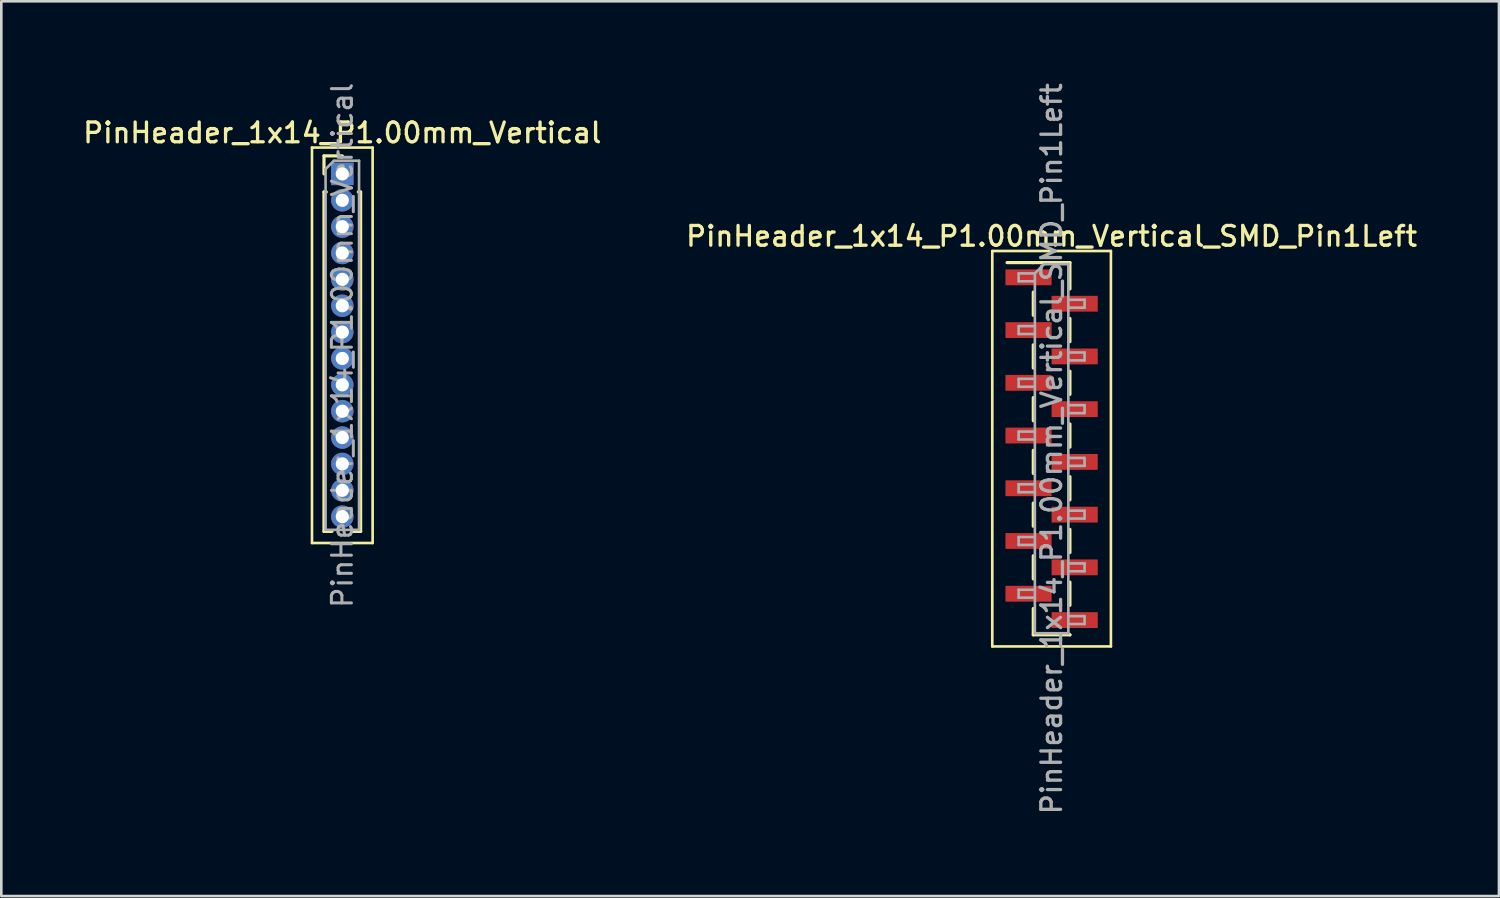
<source format=kicad_pcb>
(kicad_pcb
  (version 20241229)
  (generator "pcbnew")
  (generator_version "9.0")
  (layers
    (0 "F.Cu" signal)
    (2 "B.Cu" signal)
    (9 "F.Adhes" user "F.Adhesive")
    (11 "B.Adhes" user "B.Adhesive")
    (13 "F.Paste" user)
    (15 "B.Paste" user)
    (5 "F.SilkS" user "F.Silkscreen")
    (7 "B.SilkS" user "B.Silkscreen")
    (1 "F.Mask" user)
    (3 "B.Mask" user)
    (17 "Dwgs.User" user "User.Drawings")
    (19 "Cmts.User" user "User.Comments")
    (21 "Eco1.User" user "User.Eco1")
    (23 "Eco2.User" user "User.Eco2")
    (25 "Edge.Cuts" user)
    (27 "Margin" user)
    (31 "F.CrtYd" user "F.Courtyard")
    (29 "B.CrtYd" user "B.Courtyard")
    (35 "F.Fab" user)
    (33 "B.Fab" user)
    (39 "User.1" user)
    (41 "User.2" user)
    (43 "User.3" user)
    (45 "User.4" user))
  (footprint "PinHeader_1x14_P1.00mm_Vertical"
    (layer "F.Cu")
    (at 9.934 3.547)
    (property "Reference" "PinHeader_1x14_P1.00mm_Vertical" (at 0 -1.56 0) (layer "F.SilkS") (effects (font (size 0.75 0.75) (thickness 0.125))))
    (attr through_hole)
    (fp_line (start -1.15 -1) (end -1.15 14) (stroke (width 0.1) (type solid)) (layer "F.SilkS"))
    (fp_line (start -1.15 14) (end 1.15 14) (stroke (width 0.1) (type solid)) (layer "F.SilkS"))
    (fp_line (start -0.695 -0.685) (end 0 -0.685) (stroke (width 0.12) (type solid)) (layer "F.SilkS"))
    (fp_line (start -0.695 0) (end -0.695 -0.685) (stroke (width 0.12) (type solid)) (layer "F.SilkS"))
    (fp_line (start -0.695 0.685) (end -0.695 13.56) (stroke (width 0.12) (type solid)) (layer "F.SilkS"))
    (fp_line (start -0.695 0.685) (end -0.608 0.685) (stroke (width 0.12) (type solid)) (layer "F.SilkS"))
    (fp_line (start -0.695 13.56) (end -0.394 13.56) (stroke (width 0.12) (type solid)) (layer "F.SilkS"))
    (fp_line (start 0.394 13.56) (end 0.695 13.56) (stroke (width 0.12) (type solid)) (layer "F.SilkS"))
    (fp_line (start 0.608 0.685) (end 0.695 0.685) (stroke (width 0.12) (type solid)) (layer "F.SilkS"))
    (fp_line (start 0.695 0.685) (end 0.695 13.56) (stroke (width 0.12) (type solid)) (layer "F.SilkS"))
    (fp_line (start 1.15 -1) (end -1.15 -1) (stroke (width 0.1) (type solid)) (layer "F.SilkS"))
    (fp_line (start 1.15 14) (end 1.15 -1) (stroke (width 0.1) (type solid)) (layer "F.SilkS"))
    (fp_line (start -0.635 -0.182) (end -0.318 -0.5) (stroke (width 0.1) (type solid)) (layer "F.Fab"))
    (fp_line (start -0.635 13.5) (end -0.635 -0.182) (stroke (width 0.1) (type solid)) (layer "F.Fab"))
    (fp_line (start -0.318 -0.5) (end 0.635 -0.5) (stroke (width 0.1) (type solid)) (layer "F.Fab"))
    (fp_line (start 0.635 -0.5) (end 0.635 13.5) (stroke (width 0.1) (type solid)) (layer "F.Fab"))
    (fp_line (start 0.635 13.5) (end -0.635 13.5) (stroke (width 0.1) (type solid)) (layer "F.Fab"))
    (fp_text user "${REFERENCE}" (at 0 6.5 90) (layer "F.Fab") (effects (font (size 0.76 0.76) (thickness 0.114))))
    (pad "1" thru_hole rect (at 0 0) (size 0.85 0.85) (drill 0.5) (layers "*.Cu" "*.Mask"))
    (pad "2" thru_hole oval (at 0 1) (size 0.85 0.85) (drill 0.5) (layers "*.Cu" "*.Mask"))
    (pad "3" thru_hole oval (at 0 2) (size 0.85 0.85) (drill 0.5) (layers "*.Cu" "*.Mask"))
    (pad "4" thru_hole oval (at 0 3) (size 0.85 0.85) (drill 0.5) (layers "*.Cu" "*.Mask"))
    (pad "5" thru_hole oval (at 0 4) (size 0.85 0.85) (drill 0.5) (layers "*.Cu" "*.Mask"))
    (pad "6" thru_hole oval (at 0 5) (size 0.85 0.85) (drill 0.5) (layers "*.Cu" "*.Mask"))
    (pad "7" thru_hole oval (at 0 6) (size 0.85 0.85) (drill 0.5) (layers "*.Cu" "*.Mask"))
    (pad "8" thru_hole oval (at 0 7) (size 0.85 0.85) (drill 0.5) (layers "*.Cu" "*.Mask"))
    (pad "9" thru_hole oval (at 0 8) (size 0.85 0.85) (drill 0.5) (layers "*.Cu" "*.Mask"))
    (pad "10" thru_hole oval (at 0 9) (size 0.85 0.85) (drill 0.5) (layers "*.Cu" "*.Mask"))
    (pad "11" thru_hole oval (at 0 10) (size 0.85 0.85) (drill 0.5) (layers "*.Cu" "*.Mask"))
    (pad "12" thru_hole oval (at 0 11) (size 0.85 0.85) (drill 0.5) (layers "*.Cu" "*.Mask"))
    (pad "13" thru_hole oval (at 0 12) (size 0.85 0.85) (drill 0.5) (layers "*.Cu" "*.Mask"))
    (pad "14" thru_hole oval (at 0 13) (size 0.85 0.85) (drill 0.5) (layers "*.Cu" "*.Mask")))
  (footprint "PinHeader_1x14_P1.00mm_Vertical_SMD_Pin1Left"
    (layer "F.Cu")
    (at 36.838 13.97)
    (property "Reference" "PinHeader_1x14_P1.00mm_Vertical_SMD_Pin1Left" (at 0 -8.06 0) (layer "F.SilkS") (effects (font (size 0.75 0.75) (thickness 0.125))))
    (attr smd)
    (fp_line (start -2.25 -7.5) (end -2.25 7.5) (stroke (width 0.1) (type solid)) (layer "F.SilkS"))
    (fp_line (start -2.25 7.5) (end 2.25 7.5) (stroke (width 0.1) (type solid)) (layer "F.SilkS"))
    (fp_line (start -0.695 -7.06) (end -1.69 -7.06) (stroke (width 0.12) (type solid)) (layer "F.SilkS"))
    (fp_line (start -0.695 -7.06) (end -0.695 -7.06) (stroke (width 0.12) (type solid)) (layer "F.SilkS"))
    (fp_line (start -0.695 -7.06) (end 0.695 -7.06) (stroke (width 0.12) (type solid)) (layer "F.SilkS"))
    (fp_line (start -0.695 -5.94) (end -0.695 -5.06) (stroke (width 0.12) (type solid)) (layer "F.SilkS"))
    (fp_line (start -0.695 -3.94) (end -0.695 -3.06) (stroke (width 0.12) (type solid)) (layer "F.SilkS"))
    (fp_line (start -0.695 -1.94) (end -0.695 -1.06) (stroke (width 0.12) (type solid)) (layer "F.SilkS"))
    (fp_line (start -0.695 0.06) (end -0.695 0.94) (stroke (width 0.12) (type solid)) (layer "F.SilkS"))
    (fp_line (start -0.695 2.06) (end -0.695 2.94) (stroke (width 0.12) (type solid)) (layer "F.SilkS"))
    (fp_line (start -0.695 4.06) (end -0.695 4.94) (stroke (width 0.12) (type solid)) (layer "F.SilkS"))
    (fp_line (start -0.695 6.06) (end -0.695 7.06) (stroke (width 0.12) (type solid)) (layer "F.SilkS"))
    (fp_line (start -0.695 7.06) (end 0.695 7.06) (stroke (width 0.12) (type solid)) (layer "F.SilkS"))
    (fp_line (start 0.695 -7.06) (end 0.695 -6.06) (stroke (width 0.12) (type solid)) (layer "F.SilkS"))
    (fp_line (start 0.695 -4.94) (end 0.695 -4.06) (stroke (width 0.12) (type solid)) (layer "F.SilkS"))
    (fp_line (start 0.695 -2.94) (end 0.695 -2.06) (stroke (width 0.12) (type solid)) (layer "F.SilkS"))
    (fp_line (start 0.695 -0.94) (end 0.695 -0.06) (stroke (width 0.12) (type solid)) (layer "F.SilkS"))
    (fp_line (start 0.695 1.06) (end 0.695 1.94) (stroke (width 0.12) (type solid)) (layer "F.SilkS"))
    (fp_line (start 0.695 3.06) (end 0.695 3.94) (stroke (width 0.12) (type solid)) (layer "F.SilkS"))
    (fp_line (start 0.695 5.06) (end 0.695 5.94) (stroke (width 0.12) (type solid)) (layer "F.SilkS"))
    (fp_line (start 0.695 7.06) (end 0.695 7.06) (stroke (width 0.12) (type solid)) (layer "F.SilkS"))
    (fp_line (start 2.25 -7.5) (end -2.25 -7.5) (stroke (width 0.1) (type solid)) (layer "F.SilkS"))
    (fp_line (start 2.25 7.5) (end 2.25 -7.5) (stroke (width 0.1) (type solid)) (layer "F.SilkS"))
    (fp_line (start -1.25 -6.65) (end -1.25 -6.35) (stroke (width 0.1) (type solid)) (layer "F.Fab"))
    (fp_line (start -1.25 -6.35) (end -0.635 -6.35) (stroke (width 0.1) (type solid)) (layer "F.Fab"))
    (fp_line (start -1.25 -4.65) (end -1.25 -4.35) (stroke (width 0.1) (type solid)) (layer "F.Fab"))
    (fp_line (start -1.25 -4.35) (end -0.635 -4.35) (stroke (width 0.1) (type solid)) (layer "F.Fab"))
    (fp_line (start -1.25 -2.65) (end -1.25 -2.35) (stroke (width 0.1) (type solid)) (layer "F.Fab"))
    (fp_line (start -1.25 -2.35) (end -0.635 -2.35) (stroke (width 0.1) (type solid)) (layer "F.Fab"))
    (fp_line (start -1.25 -0.65) (end -1.25 -0.35) (stroke (width 0.1) (type solid)) (layer "F.Fab"))
    (fp_line (start -1.25 -0.35) (end -0.635 -0.35) (stroke (width 0.1) (type solid)) (layer "F.Fab"))
    (fp_line (start -1.25 1.35) (end -1.25 1.65) (stroke (width 0.1) (type solid)) (layer "F.Fab"))
    (fp_line (start -1.25 1.65) (end -0.635 1.65) (stroke (width 0.1) (type solid)) (layer "F.Fab"))
    (fp_line (start -1.25 3.35) (end -1.25 3.65) (stroke (width 0.1) (type solid)) (layer "F.Fab"))
    (fp_line (start -1.25 3.65) (end -0.635 3.65) (stroke (width 0.1) (type solid)) (layer "F.Fab"))
    (fp_line (start -1.25 5.35) (end -1.25 5.65) (stroke (width 0.1) (type solid)) (layer "F.Fab"))
    (fp_line (start -1.25 5.65) (end -0.635 5.65) (stroke (width 0.1) (type solid)) (layer "F.Fab"))
    (fp_line (start -0.635 -6.65) (end -1.25 -6.65) (stroke (width 0.1) (type solid)) (layer "F.Fab"))
    (fp_line (start -0.635 -6.65) (end -0.285 -7) (stroke (width 0.1) (type solid)) (layer "F.Fab"))
    (fp_line (start -0.635 -4.65) (end -1.25 -4.65) (stroke (width 0.1) (type solid)) (layer "F.Fab"))
    (fp_line (start -0.635 -2.65) (end -1.25 -2.65) (stroke (width 0.1) (type solid)) (layer "F.Fab"))
    (fp_line (start -0.635 -0.65) (end -1.25 -0.65) (stroke (width 0.1) (type solid)) (layer "F.Fab"))
    (fp_line (start -0.635 1.35) (end -1.25 1.35) (stroke (width 0.1) (type solid)) (layer "F.Fab"))
    (fp_line (start -0.635 3.35) (end -1.25 3.35) (stroke (width 0.1) (type solid)) (layer "F.Fab"))
    (fp_line (start -0.635 5.35) (end -1.25 5.35) (stroke (width 0.1) (type solid)) (layer "F.Fab"))
    (fp_line (start -0.635 7) (end -0.635 -6.65) (stroke (width 0.1) (type solid)) (layer "F.Fab"))
    (fp_line (start -0.285 -7) (end 0.635 -7) (stroke (width 0.1) (type solid)) (layer "F.Fab"))
    (fp_line (start 0.635 -7) (end 0.635 7) (stroke (width 0.1) (type solid)) (layer "F.Fab"))
    (fp_line (start 0.635 -5.65) (end 1.25 -5.65) (stroke (width 0.1) (type solid)) (layer "F.Fab"))
    (fp_line (start 0.635 -3.65) (end 1.25 -3.65) (stroke (width 0.1) (type solid)) (layer "F.Fab"))
    (fp_line (start 0.635 -1.65) (end 1.25 -1.65) (stroke (width 0.1) (type solid)) (layer "F.Fab"))
    (fp_line (start 0.635 0.35) (end 1.25 0.35) (stroke (width 0.1) (type solid)) (layer "F.Fab"))
    (fp_line (start 0.635 2.35) (end 1.25 2.35) (stroke (width 0.1) (type solid)) (layer "F.Fab"))
    (fp_line (start 0.635 4.35) (end 1.25 4.35) (stroke (width 0.1) (type solid)) (layer "F.Fab"))
    (fp_line (start 0.635 6.35) (end 1.25 6.35) (stroke (width 0.1) (type solid)) (layer "F.Fab"))
    (fp_line (start 0.635 7) (end -0.635 7) (stroke (width 0.1) (type solid)) (layer "F.Fab"))
    (fp_line (start 1.25 -5.65) (end 1.25 -5.35) (stroke (width 0.1) (type solid)) (layer "F.Fab"))
    (fp_line (start 1.25 -5.35) (end 0.635 -5.35) (stroke (width 0.1) (type solid)) (layer "F.Fab"))
    (fp_line (start 1.25 -3.65) (end 1.25 -3.35) (stroke (width 0.1) (type solid)) (layer "F.Fab"))
    (fp_line (start 1.25 -3.35) (end 0.635 -3.35) (stroke (width 0.1) (type solid)) (layer "F.Fab"))
    (fp_line (start 1.25 -1.65) (end 1.25 -1.35) (stroke (width 0.1) (type solid)) (layer "F.Fab"))
    (fp_line (start 1.25 -1.35) (end 0.635 -1.35) (stroke (width 0.1) (type solid)) (layer "F.Fab"))
    (fp_line (start 1.25 0.35) (end 1.25 0.65) (stroke (width 0.1) (type solid)) (layer "F.Fab"))
    (fp_line (start 1.25 0.65) (end 0.635 0.65) (stroke (width 0.1) (type solid)) (layer "F.Fab"))
    (fp_line (start 1.25 2.35) (end 1.25 2.65) (stroke (width 0.1) (type solid)) (layer "F.Fab"))
    (fp_line (start 1.25 2.65) (end 0.635 2.65) (stroke (width 0.1) (type solid)) (layer "F.Fab"))
    (fp_line (start 1.25 4.35) (end 1.25 4.65) (stroke (width 0.1) (type solid)) (layer "F.Fab"))
    (fp_line (start 1.25 4.65) (end 0.635 4.65) (stroke (width 0.1) (type solid)) (layer "F.Fab"))
    (fp_line (start 1.25 6.35) (end 1.25 6.65) (stroke (width 0.1) (type solid)) (layer "F.Fab"))
    (fp_line (start 1.25 6.65) (end 0.635 6.65) (stroke (width 0.1) (type solid)) (layer "F.Fab"))
    (fp_text user "${REFERENCE}" (at 0 0 90) (layer "F.Fab") (effects (font (size 0.75 0.75) (thickness 0.125))))
    (pad "1" smd rect (at -0.875 -6.5) (size 1.75 0.6) (layers "F.Cu" "F.Mask" "F.Paste"))
    (pad "2" smd rect (at 0.875 -5.5) (size 1.75 0.6) (layers "F.Cu" "F.Mask" "F.Paste"))
    (pad "3" smd rect (at -0.875 -4.5) (size 1.75 0.6) (layers "F.Cu" "F.Mask" "F.Paste"))
    (pad "4" smd rect (at 0.875 -3.5) (size 1.75 0.6) (layers "F.Cu" "F.Mask" "F.Paste"))
    (pad "5" smd rect (at -0.875 -2.5) (size 1.75 0.6) (layers "F.Cu" "F.Mask" "F.Paste"))
    (pad "6" smd rect (at 0.875 -1.5) (size 1.75 0.6) (layers "F.Cu" "F.Mask" "F.Paste"))
    (pad "7" smd rect (at -0.875 -0.5) (size 1.75 0.6) (layers "F.Cu" "F.Mask" "F.Paste"))
    (pad "8" smd rect (at 0.875 0.5) (size 1.75 0.6) (layers "F.Cu" "F.Mask" "F.Paste"))
    (pad "9" smd rect (at -0.875 1.5) (size 1.75 0.6) (layers "F.Cu" "F.Mask" "F.Paste"))
    (pad "10" smd rect (at 0.875 2.5) (size 1.75 0.6) (layers "F.Cu" "F.Mask" "F.Paste"))
    (pad "11" smd rect (at -0.875 3.5) (size 1.75 0.6) (layers "F.Cu" "F.Mask" "F.Paste"))
    (pad "12" smd rect (at 0.875 4.5) (size 1.75 0.6) (layers "F.Cu" "F.Mask" "F.Paste"))
    (pad "13" smd rect (at -0.875 5.5) (size 1.75 0.6) (layers "F.Cu" "F.Mask" "F.Paste"))
    (pad "14" smd rect (at 0.875 6.5) (size 1.75 0.6) (layers "F.Cu" "F.Mask" "F.Paste")))
  (gr_rect
    (start -3 -3)
    (end 53.807 30.939)
    (stroke (width 0.1) (type default))
    (fill no)
    (layer "Edge.Cuts")))
</source>
